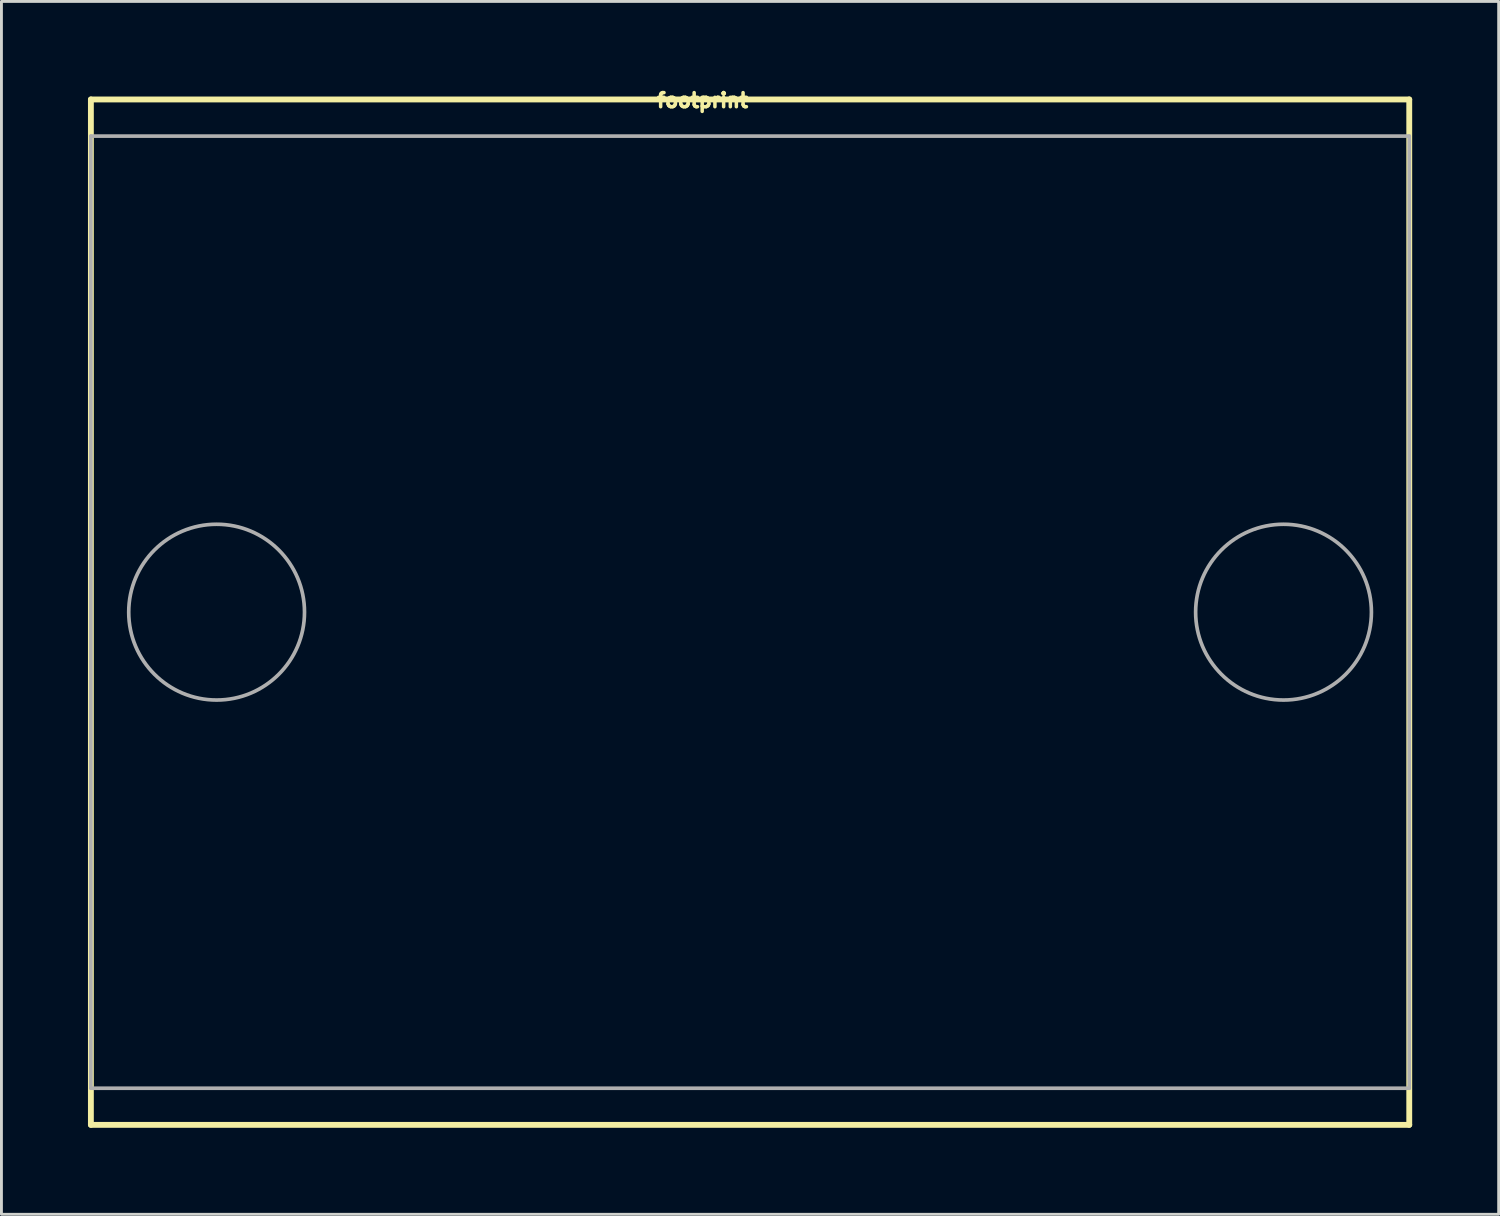
<source format=kicad_pcb>
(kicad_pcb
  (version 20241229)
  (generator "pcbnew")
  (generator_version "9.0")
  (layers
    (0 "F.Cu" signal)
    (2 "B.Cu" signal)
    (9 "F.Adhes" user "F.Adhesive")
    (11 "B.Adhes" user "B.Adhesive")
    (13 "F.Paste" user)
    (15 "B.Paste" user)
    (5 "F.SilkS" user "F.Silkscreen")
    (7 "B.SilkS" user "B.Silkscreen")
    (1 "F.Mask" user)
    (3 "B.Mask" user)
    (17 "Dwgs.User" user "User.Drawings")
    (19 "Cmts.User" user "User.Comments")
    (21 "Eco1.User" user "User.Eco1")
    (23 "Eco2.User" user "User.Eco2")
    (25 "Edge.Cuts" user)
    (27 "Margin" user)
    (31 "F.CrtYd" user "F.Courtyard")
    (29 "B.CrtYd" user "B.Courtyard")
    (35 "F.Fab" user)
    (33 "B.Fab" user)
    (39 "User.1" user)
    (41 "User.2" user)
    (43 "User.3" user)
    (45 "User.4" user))
  (footprint "footprint"
    (layer "F.Cu")
    (at 22.962 18.179)
    (property "Reference" "footprint" (at 0 -18.034 0) (layer "F.SilkS") (effects (font (size 0.488 0.488) (thickness 0.122)) (justify right top)))
    (fp_line (start -22.86 -17.78) (end 22.86 -17.78) (stroke (width 0.203) (type solid)) (layer "F.SilkS"))
    (fp_line (start -22.86 17.78) (end -22.86 -17.78) (stroke (width 0.203) (type solid)) (layer "F.SilkS"))
    (fp_line (start 22.86 -17.78) (end 22.86 17.78) (stroke (width 0.203) (type solid)) (layer "F.SilkS"))
    (fp_line (start 22.86 17.78) (end -22.86 17.78) (stroke (width 0.203) (type solid)) (layer "F.SilkS"))
    (fp_line (start -22.86 -16.51) (end 22.86 -16.51) (stroke (width 0.127) (type solid)) (layer "F.Fab"))
    (fp_line (start -22.86 16.51) (end -22.86 -16.51) (stroke (width 0.127) (type solid)) (layer "F.Fab"))
    (fp_line (start 22.86 -16.51) (end 22.86 16.51) (stroke (width 0.127) (type solid)) (layer "F.Fab"))
    (fp_line (start 22.86 16.51) (end -22.86 16.51) (stroke (width 0.127) (type solid)) (layer "F.Fab"))
    (fp_circle (center -18.5 0) (end -15.452 0) (stroke (width 0.127) (type solid)) (fill no) (layer "F.Fab"))
    (fp_circle (center 18.5 0) (end 21.548 0) (stroke (width 0.127) (type solid)) (fill no) (layer "F.Fab")))
  (gr_rect
    (start -3 -3)
    (end 48.923 39.061)
    (stroke (width 0.1) (type default))
    (fill no)
    (layer "Edge.Cuts")))
</source>
